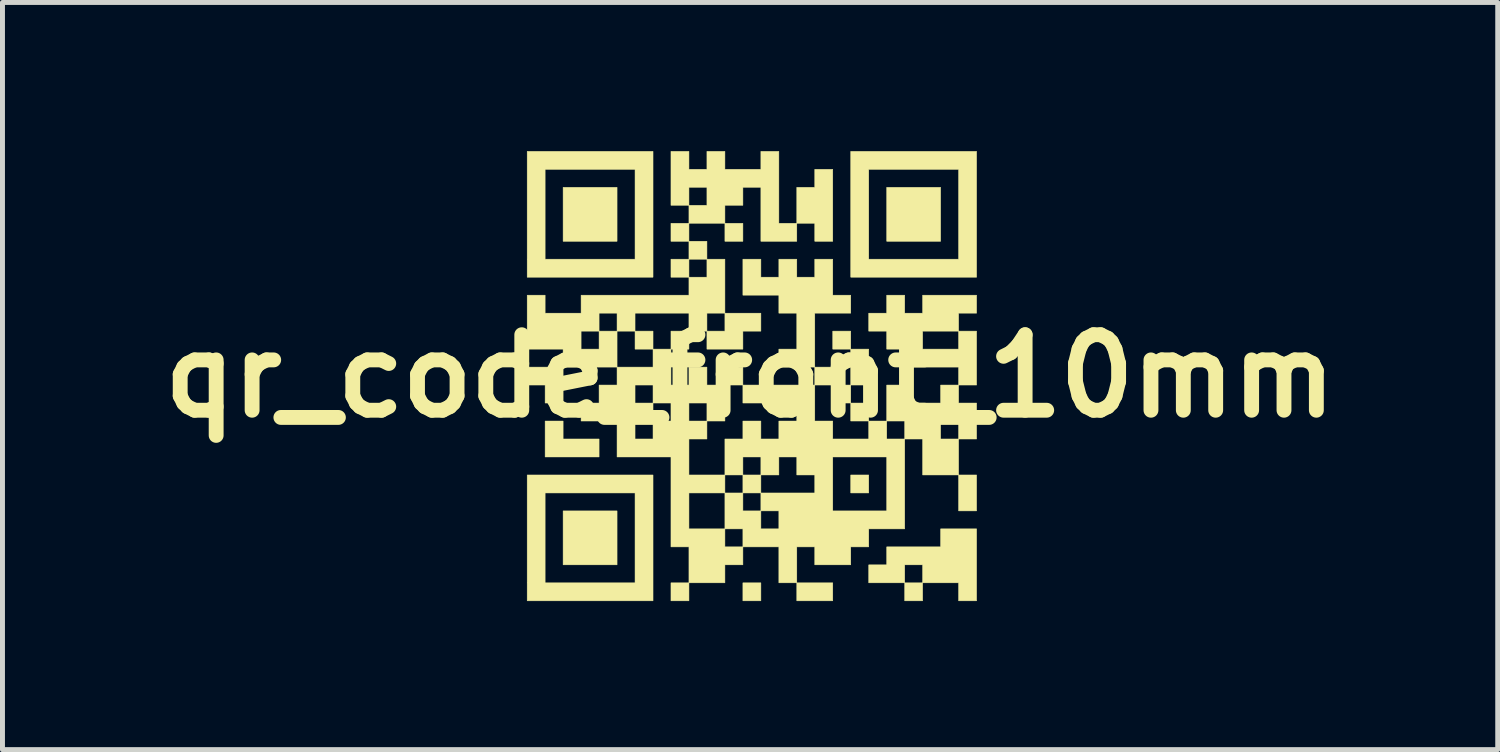
<source format=kicad_pcb>
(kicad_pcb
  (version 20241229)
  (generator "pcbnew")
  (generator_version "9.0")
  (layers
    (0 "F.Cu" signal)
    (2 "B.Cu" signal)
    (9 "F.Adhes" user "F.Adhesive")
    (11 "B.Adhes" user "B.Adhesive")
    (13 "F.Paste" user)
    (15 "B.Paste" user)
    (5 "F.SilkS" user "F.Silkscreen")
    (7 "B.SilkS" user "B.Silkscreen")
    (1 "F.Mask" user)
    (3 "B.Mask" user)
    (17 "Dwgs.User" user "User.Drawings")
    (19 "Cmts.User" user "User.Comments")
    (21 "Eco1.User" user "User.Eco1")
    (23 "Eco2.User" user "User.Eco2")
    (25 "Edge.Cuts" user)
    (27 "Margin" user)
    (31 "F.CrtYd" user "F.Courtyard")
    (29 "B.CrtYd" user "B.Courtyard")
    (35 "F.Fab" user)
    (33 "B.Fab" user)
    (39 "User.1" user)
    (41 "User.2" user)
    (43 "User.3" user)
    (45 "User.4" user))
  (footprint "qr_code_front_10mm"
    (layer "F.Cu")
    (at 12.09 4.541)
    (property "Reference" "qr_code_front_10mm" (at 0 0 0) (layer "F.SilkS") (effects (font (size 1.524 1.524) (thickness 0.3))))
    (attr through_hole)
    (fp_poly (pts (xy -2.685 -2.721) (xy -3.774 -2.721) (xy -3.774 -3.81) (xy -2.685 -3.81) (xy -2.685 -2.721)) (stroke (width 0.01) (type solid)) (fill yes) (layer "F.SilkS"))
    (fp_poly (pts (xy -2.685 3.81) (xy -3.774 3.81) (xy -3.774 2.721) (xy -2.685 2.721) (xy -2.685 3.81)) (stroke (width 0.01) (type solid)) (fill yes) (layer "F.SilkS"))
    (fp_poly (pts (xy -1.959 -0.544) (xy -2.322 -0.544) (xy -2.322 -0.907) (xy -1.959 -0.907) (xy -1.959 -0.544)) (stroke (width 0.01) (type solid)) (fill yes) (layer "F.SilkS"))
    (fp_poly (pts (xy -1.597 -2.721) (xy -1.597 -3.084) (xy -1.234 -3.084) (xy -1.234 -2.721) (xy -1.597 -2.721)) (stroke (width 0.01) (type solid)) (fill yes) (layer "F.SilkS"))
    (fp_poly (pts (xy -1.597 -1.996) (xy -1.597 -2.359) (xy -1.234 -2.359) (xy -1.234 -1.996) (xy -1.597 -1.996)) (stroke (width 0.01) (type solid)) (fill yes) (layer "F.SilkS"))
    (fp_poly (pts (xy -1.234 -2.721) (xy -0.871 -2.721) (xy -0.871 -2.359) (xy -1.234 -2.359) (xy -1.234 -2.721)) (stroke (width 0.01) (type solid)) (fill yes) (layer "F.SilkS"))
    (fp_poly (pts (xy -1.234 4.536) (xy -1.597 4.536) (xy -1.597 4.173) (xy -1.234 4.173) (xy -1.234 4.536)) (stroke (width 0.01) (type solid)) (fill yes) (layer "F.SilkS"))
    (fp_poly (pts (xy -0.145 -2.721) (xy -0.508 -2.721) (xy -0.508 -3.084) (xy -0.145 -3.084) (xy -0.145 -2.721)) (stroke (width 0.01) (type solid)) (fill yes) (layer "F.SilkS"))
    (fp_poly (pts (xy 0.218 2.359) (xy -0.145 2.359) (xy -0.145 1.996) (xy 0.218 1.996) (xy 0.218 2.359)) (stroke (width 0.01) (type solid)) (fill yes) (layer "F.SilkS"))
    (fp_poly (pts (xy 0.218 4.536) (xy -0.145 4.536) (xy -0.145 4.173) (xy 0.218 4.173) (xy 0.218 4.536)) (stroke (width 0.01) (type solid)) (fill yes) (layer "F.SilkS"))
    (fp_poly (pts (xy 1.669 -0.544) (xy 1.669 -0.907) (xy 2.032 -0.907) (xy 2.032 -0.544) (xy 1.669 -0.544)) (stroke (width 0.01) (type solid)) (fill yes) (layer "F.SilkS"))
    (fp_poly (pts (xy 1.669 4.173) (xy 1.669 4.536) (xy 0.943 4.536) (xy 0.943 4.173) (xy 1.669 4.173)) (stroke (width 0.01) (type solid)) (fill yes) (layer "F.SilkS"))
    (fp_poly (pts (xy 2.395 -0.544) (xy 2.395 0.181) (xy 2.032 0.181) (xy 2.032 -0.544) (xy 2.395 -0.544)) (stroke (width 0.01) (type solid)) (fill yes) (layer "F.SilkS"))
    (fp_poly (pts (xy 2.395 2.359) (xy 2.032 2.359) (xy 2.032 1.996) (xy 2.395 1.996) (xy 2.395 2.359)) (stroke (width 0.01) (type solid)) (fill yes) (layer "F.SilkS"))
    (fp_poly (pts (xy 3.846 -2.721) (xy 2.758 -2.721) (xy 2.758 -3.81) (xy 3.846 -3.81) (xy 3.846 -2.721)) (stroke (width 0.01) (type solid)) (fill yes) (layer "F.SilkS"))
    (fp_poly (pts (xy 4.572 1.996) (xy 4.572 2.721) (xy 4.209 2.721) (xy 4.209 1.996) (xy 4.572 1.996)) (stroke (width 0.01) (type solid)) (fill yes) (layer "F.SilkS"))
    (fp_poly (pts (xy -3.774 0.544) (xy -4.137 0.544) (xy -4.137 0.181) (xy -4.499 0.181) (xy -4.499 -0.181) (xy -3.774 -0.181) (xy -3.774 0.544)) (stroke (width 0.01) (type solid)) (fill yes) (layer "F.SilkS"))
    (fp_poly (pts (xy -3.774 1.27) (xy -3.048 1.27) (xy -3.048 1.633) (xy -4.137 1.633) (xy -4.137 0.907) (xy -3.774 0.907) (xy -3.774 1.27)) (stroke (width 0.01) (type solid)) (fill yes) (layer "F.SilkS"))
    (fp_poly (pts (xy -0.508 -0.907) (xy -0.508 -1.27) (xy 0.218 -1.27) (xy 0.218 -0.907) (xy -0.145 -0.907) (xy -0.145 -0.544) (xy -0.871 -0.544) (xy -0.871 -0.907) (xy -0.508 -0.907)) (stroke (width 0.01) (type solid)) (fill yes) (layer "F.SilkS"))
    (fp_poly (pts (xy 0.943 -3.81) (xy 1.306 -3.81) (xy 1.306 -4.173) (xy 1.669 -4.173) (xy 1.669 -2.721) (xy 1.306 -2.721) (xy 1.306 -3.084) (xy 0.943 -3.084) (xy 0.943 -3.81)) (stroke (width 0.01) (type solid)) (fill yes) (layer "F.SilkS"))
    (fp_poly (pts (xy -1.959 -1.996) (xy -4.499 -1.996) (xy -4.499 -4.173) (xy -4.137 -4.173) (xy -4.137 -2.359) (xy -2.322 -2.359) (xy -2.322 -4.173) (xy -4.137 -4.173) (xy -4.499 -4.173) (xy -4.499 -4.536) (xy -1.959 -4.536) (xy -1.959 -1.996)) (stroke (width 0.01) (type solid)) (fill yes) (layer "F.SilkS"))
    (fp_poly (pts (xy -1.959 4.536) (xy -4.499 4.536) (xy -4.499 2.359) (xy -4.137 2.359) (xy -4.137 4.173) (xy -2.322 4.173) (xy -2.322 2.359) (xy -4.137 2.359) (xy -4.499 2.359) (xy -4.499 1.996) (xy -1.959 1.996) (xy -1.959 4.536)) (stroke (width 0.01) (type solid)) (fill yes) (layer "F.SilkS"))
    (fp_poly (pts (xy 4.572 -1.996) (xy 2.032 -1.996) (xy 2.032 -4.173) (xy 2.395 -4.173) (xy 2.395 -2.359) (xy 4.209 -2.359) (xy 4.209 -4.173) (xy 2.395 -4.173) (xy 2.032 -4.173) (xy 2.032 -4.536) (xy 4.572 -4.536) (xy 4.572 -1.996)) (stroke (width 0.01) (type solid)) (fill yes) (layer "F.SilkS"))
    (fp_poly (pts (xy 4.572 4.536) (xy 4.209 4.536) (xy 4.209 4.173) (xy 3.483 4.173) (xy 3.483 4.536) (xy 3.121 4.536) (xy 3.121 4.173) (xy 2.395 4.173) (xy 2.395 3.81) (xy 2.758 3.81) (xy 3.121 3.81) (xy 3.121 4.173) (xy 3.483 4.173) (xy 3.483 3.81) (xy 3.121 3.81) (xy 2.758 3.81) (xy 2.758 3.447) (xy 3.846 3.447) (xy 3.846 3.084) (xy 4.572 3.084) (xy 4.572 4.536)) (stroke (width 0.01) (type solid)) (fill yes) (layer "F.SilkS"))
    (fp_poly (pts (xy 0.581 -0.181) (xy 0.581 -0.544) (xy 0.943 -0.544) (xy 0.943 -1.27) (xy 0.581 -1.27) (xy 0.581 -1.633) (xy -0.145 -1.633) (xy -0.145 -2.359) (xy 0.218 -2.359) (xy 0.218 -1.996) (xy 0.581 -1.996) (xy 0.581 -2.359) (xy 0.943 -2.359) (xy 0.943 -1.996) (xy 1.306 -1.996) (xy 1.306 -2.359) (xy 1.669 -2.359) (xy 1.669 -1.633) (xy 2.032 -1.633) (xy 2.032 -1.27) (xy 1.306 -1.27) (xy 1.306 -0.181) (xy 0.581 -0.181)) (stroke (width 0.01) (type solid)) (fill yes) (layer "F.SilkS"))
    (fp_poly (pts (xy 4.572 -0.907) (xy 4.572 0.181) (xy 4.209 0.181) (xy 4.209 -0.181) (xy 3.121 -0.181) (xy 3.121 -0.544) (xy 2.758 -0.544) (xy 2.758 -0.907) (xy 3.483 -0.907) (xy 3.483 -0.544) (xy 4.209 -0.544) (xy 4.209 -0.907) (xy 3.483 -0.907) (xy 2.758 -0.907) (xy 2.395 -0.907) (xy 2.395 -1.27) (xy 2.758 -1.27) (xy 2.758 -1.633) (xy 3.121 -1.633) (xy 3.121 -1.27) (xy 3.483 -1.27) (xy 3.483 -1.633) (xy 4.572 -1.633) (xy 4.572 -1.27) (xy 4.209 -1.27) (xy 4.209 -0.907) (xy 4.572 -0.907)) (stroke (width 0.01) (type solid)) (fill yes) (layer "F.SilkS"))
    (fp_poly (pts (xy 0.943 -2.721) (xy 0.218 -2.721) (xy 0.218 -3.81) (xy -0.145 -3.81) (xy -0.145 -3.447) (xy -0.508 -3.447) (xy -0.508 -3.084) (xy -1.234 -3.084) (xy -1.234 -3.447) (xy -1.597 -3.447) (xy -1.597 -3.81) (xy -1.234 -3.81) (xy -1.234 -3.447) (xy -0.871 -3.447) (xy -0.871 -3.81) (xy -1.234 -3.81) (xy -1.597 -3.81) (xy -1.597 -4.536) (xy -1.234 -4.536) (xy -1.234 -4.173) (xy -0.871 -4.173) (xy -0.871 -4.536) (xy -0.508 -4.536) (xy -0.508 -4.173) (xy 0.218 -4.173) (xy 0.218 -4.536) (xy 0.581 -4.536) (xy 0.581 -3.084) (xy 0.943 -3.084) (xy 0.943 -2.721)) (stroke (width 0.01) (type solid)) (fill yes) (layer "F.SilkS"))
    (fp_poly (pts (xy -1.234 -0.907) (xy -1.234 -0.544) (xy -1.597 -0.544) (xy -1.597 0.181) (xy -1.234 0.181) (xy -1.234 -0.181) (xy -0.871 -0.181) (xy -0.871 0.181) (xy -0.508 0.181) (xy -0.508 -0.181) (xy -0.145 -0.181) (xy -0.145 0.181) (xy 1.306 0.181) (xy 1.306 0.907) (xy 1.669 0.907) (xy 1.669 1.27) (xy 2.395 1.27) (xy 2.395 0.907) (xy 2.032 0.907) (xy 2.032 0.544) (xy 1.669 0.544) (xy 1.669 0.181) (xy 1.306 0.181) (xy 1.306 -0.181) (xy 1.669 -0.181) (xy 1.669 0.181) (xy 2.032 0.181) (xy 2.032 0.544) (xy 2.395 0.544) (xy 2.395 0.907) (xy 2.758 0.907) (xy 2.758 1.27) (xy 3.121 1.27) (xy 3.121 0.907) (xy 3.846 0.907) (xy 3.846 1.27) (xy 4.209 1.27) (xy 4.209 0.907) (xy 3.846 0.907) (xy 3.121 0.907) (xy 2.758 0.907) (xy 2.758 0.181) (xy 3.121 0.181) (xy 3.121 0.544) (xy 3.846 0.544) (xy 3.846 0.181) (xy 4.209 0.181) (xy 4.209 0.544) (xy 4.572 0.544) (xy 4.572 1.27) (xy 4.209 1.27) (xy 4.209 1.996) (xy 3.483 1.996) (xy 3.483 1.27) (xy 3.121 1.27) (xy 3.121 3.084) (xy 2.395 3.084) (xy 2.395 3.447) (xy 2.032 3.447) (xy 2.032 3.81) (xy 1.306 3.81) (xy 1.306 3.447) (xy 0.943 3.447) (xy 0.943 4.173) (xy 0.581 4.173) (xy 0.581 3.447) (xy -0.145 3.447) (xy -0.145 3.81) (xy -0.508 3.81) (xy -0.508 4.173) (xy -1.234 4.173) (xy -1.234 3.447) (xy -0.508 3.447) (xy -0.145 3.447) (xy -0.145 3.084) (xy 0.218 3.084) (xy 0.581 3.084) (xy 0.581 2.721) (xy 0.218 2.721) (xy 0.218 3.084) (xy -0.145 3.084) (xy -0.508 3.084) (xy -0.508 3.447) (xy -1.234 3.447) (xy -1.597 3.447) (xy -1.597 2.359) (xy -1.234 2.359) (xy -1.234 3.084) (xy -0.508 3.084) (xy -0.508 2.359) (xy -1.234 2.359) (xy -1.597 2.359) (xy -1.597 1.633) (xy -2.685 1.633) (xy -2.685 0.907) (xy -2.322 0.907) (xy -2.322 1.27) (xy -1.959 1.27) (xy -1.234 1.27) (xy -1.234 1.996) (xy -0.508 1.996) (xy -0.508 2.359) (xy -0.145 2.359) (xy -0.145 2.721) (xy 0.218 2.721) (xy 0.218 2.359) (xy 1.306 2.359) (xy 1.306 1.996) (xy 0.943 1.996) (xy 0.943 1.633) (xy 1.669 1.633) (xy 1.669 2.721) (xy 2.758 2.721) (xy 2.758 1.633) (xy 1.669 1.633) (xy 0.943 1.633) (xy 0.581 1.633) (xy 0.581 1.996) (xy 0.218 1.996) (xy 0.218 1.633) (xy -0.145 1.633) (xy -0.145 1.996) (xy -0.508 1.996) (xy -0.508 1.27) (xy -0.145 1.27) (xy -0.145 0.907) (xy 0.218 0.907) (xy 0.218 1.27) (xy 0.581 1.27) (xy 0.581 0.907) (xy 0.943 0.907) (xy 0.943 0.544) (xy -0.145 0.544) (xy -0.145 0.181) (xy -0.508 0.181) (xy -0.508 0.907) (xy -0.871 0.907) (xy -0.871 1.27) (xy -1.234 1.27) (xy -1.959 1.27) (xy -1.959 0.907) (xy -2.322 0.907) (xy -2.685 0.907) (xy -3.411 0.907) (xy -3.411 0.544) (xy -3.048 0.544) (xy -3.048 0.181) (xy -2.685 0.181) (xy -2.322 0.181) (xy -2.322 0.544) (xy -1.959 0.544) (xy -1.959 0.907) (xy -1.597 0.907) (xy -1.597 0.544) (xy -1.234 0.544) (xy -1.234 0.907) (xy -0.871 0.907) (xy -0.871 0.544) (xy -1.234 0.544) (xy -1.597 0.544) (xy -1.959 0.544) (xy -1.959 0.181) (xy -2.322 0.181) (xy -2.685 0.181) (xy -2.685 -0.181) (xy -1.959 -0.181) (xy -1.959 -0.544) (xy -1.597 -0.544) (xy -1.597 -0.907) (xy -1.234 -0.907) (xy -1.234 -1.27) (xy -2.322 -1.27) (xy -2.322 -0.907) (xy -2.685 -0.907) (xy -2.685 -0.181) (xy -3.774 -0.181) (xy -3.774 -0.544) (xy -4.499 -0.544) (xy -4.499 -0.907) (xy -3.411 -0.907) (xy -3.411 -0.544) (xy -3.048 -0.544) (xy -3.048 -0.907) (xy -3.411 -0.907) (xy -4.499 -0.907) (xy -4.499 -1.633) (xy -4.137 -1.633) (xy -4.137 -1.27) (xy -3.411 -1.27) (xy -3.048 -1.27) (xy -3.048 -0.907) (xy -2.685 -0.907) (xy -2.685 -1.27) (xy -3.048 -1.27) (xy -3.411 -1.27) (xy -3.411 -1.633) (xy -1.234 -1.633) (xy -1.234 -1.996) (xy -0.871 -1.996) (xy -0.871 -2.359) (xy -0.508 -2.359) (xy -0.508 -1.27) (xy -0.871 -1.27) (xy -0.871 -0.907) (xy -1.234 -0.907)) (stroke (width 0.01) (type solid)) (fill yes) (layer "F.SilkS")))
  (gr_rect
    (start -3 -3)
    (end 27.181 12.081)
    (stroke (width 0.1) (type default))
    (fill no)
    (layer "Edge.Cuts")))
</source>
